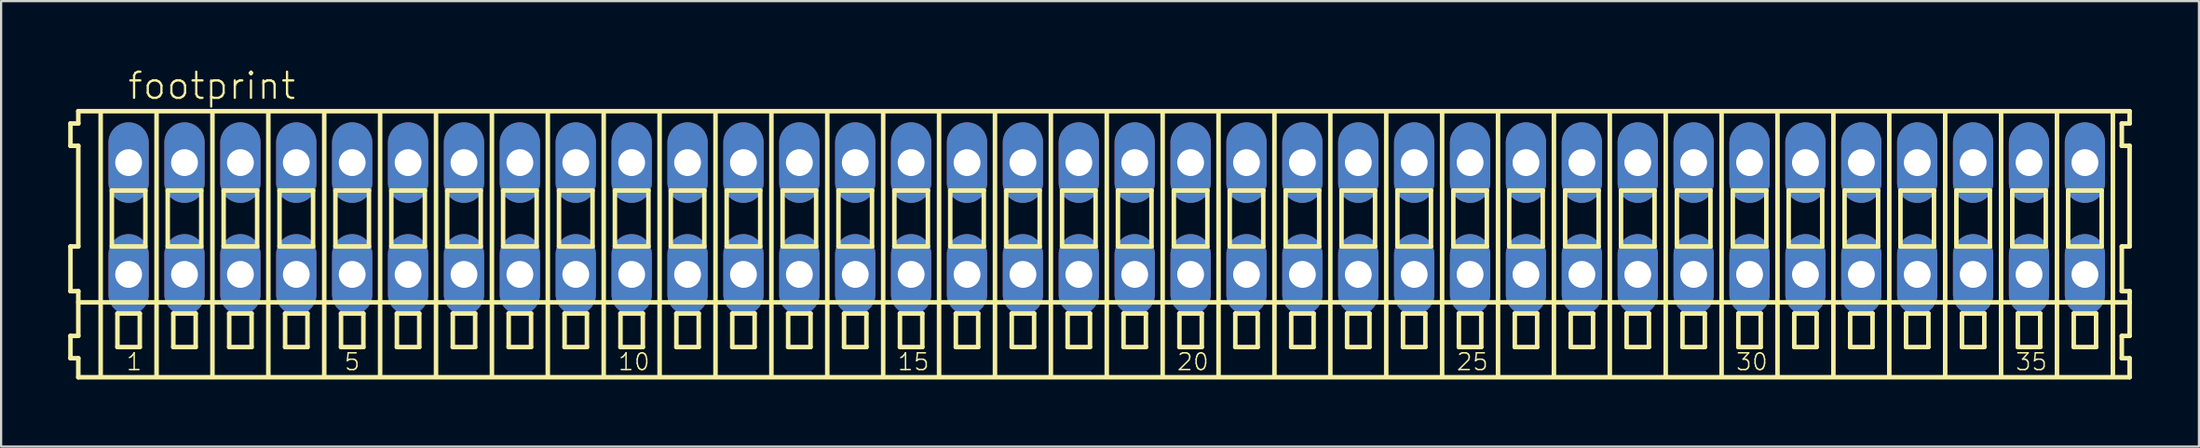
<source format=kicad_pcb>
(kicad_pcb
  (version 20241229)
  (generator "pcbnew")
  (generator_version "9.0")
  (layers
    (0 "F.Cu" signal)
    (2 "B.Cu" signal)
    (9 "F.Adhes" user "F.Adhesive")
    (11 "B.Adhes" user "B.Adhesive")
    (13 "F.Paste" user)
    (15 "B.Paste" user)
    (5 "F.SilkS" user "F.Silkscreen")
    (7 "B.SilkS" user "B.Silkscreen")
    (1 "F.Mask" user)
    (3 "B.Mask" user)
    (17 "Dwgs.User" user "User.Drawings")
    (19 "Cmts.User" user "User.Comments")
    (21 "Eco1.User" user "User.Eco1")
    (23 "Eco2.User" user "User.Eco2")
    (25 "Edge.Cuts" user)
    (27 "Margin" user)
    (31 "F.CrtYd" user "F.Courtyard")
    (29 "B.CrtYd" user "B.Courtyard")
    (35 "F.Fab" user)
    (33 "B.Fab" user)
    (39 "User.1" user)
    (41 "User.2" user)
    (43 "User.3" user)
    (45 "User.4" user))
  (footprint "footprint"
    (layer "F.Cu")
    (at 46.452 6.723)
    (property "Reference" "footprint" (at -43.85 -5.25 0) (layer "F.SilkS") (effects (font (size 1.168 1.168) (thickness 0.102)) (justify left bottom)))
    (fp_line (start -46.35 -4.25) (end -46.35 -3.25) (stroke (width 0.203) (type solid)) (layer "F.SilkS"))
    (fp_line (start -46.35 -3.25) (end -46 -3.25) (stroke (width 0.203) (type solid)) (layer "F.SilkS"))
    (fp_line (start -46.35 1.25) (end -46.35 3.25) (stroke (width 0.203) (type solid)) (layer "F.SilkS"))
    (fp_line (start -46.35 3.25) (end -46 3.25) (stroke (width 0.203) (type solid)) (layer "F.SilkS"))
    (fp_line (start -46.35 5.25) (end -46.35 6.25) (stroke (width 0.203) (type solid)) (layer "F.SilkS"))
    (fp_line (start -46.35 6.25) (end -46 6.25) (stroke (width 0.203) (type solid)) (layer "F.SilkS"))
    (fp_line (start -46 -4.8) (end -46 -4.25) (stroke (width 0.203) (type solid)) (layer "F.SilkS"))
    (fp_line (start -46 -4.25) (end -46.35 -4.25) (stroke (width 0.203) (type solid)) (layer "F.SilkS"))
    (fp_line (start -46 -3.25) (end -46 1.25) (stroke (width 0.203) (type solid)) (layer "F.SilkS"))
    (fp_line (start -46 1.25) (end -46.35 1.25) (stroke (width 0.203) (type solid)) (layer "F.SilkS"))
    (fp_line (start -46 3.25) (end -46 5.25) (stroke (width 0.203) (type solid)) (layer "F.SilkS"))
    (fp_line (start -46 3.75) (end 45.75 3.75) (stroke (width 0.203) (type solid)) (layer "F.SilkS"))
    (fp_line (start -46 5.25) (end -46.35 5.25) (stroke (width 0.203) (type solid)) (layer "F.SilkS"))
    (fp_line (start -46 6.25) (end -46 7.1) (stroke (width 0.203) (type solid)) (layer "F.SilkS"))
    (fp_line (start -46 7.1) (end 45.75 7.1) (stroke (width 0.203) (type solid)) (layer "F.SilkS"))
    (fp_line (start -45 -4.75) (end -45 7) (stroke (width 0.203) (type solid)) (layer "F.SilkS"))
    (fp_line (start -44.5 -1.25) (end -44.5 1.25) (stroke (width 0.203) (type solid)) (layer "F.SilkS"))
    (fp_line (start -44.5 1.25) (end -43 1.25) (stroke (width 0.203) (type solid)) (layer "F.SilkS"))
    (fp_line (start -44.25 4.25) (end -44.25 5.75) (stroke (width 0.203) (type solid)) (layer "F.SilkS"))
    (fp_line (start -44.25 5.75) (end -43.25 5.75) (stroke (width 0.203) (type solid)) (layer "F.SilkS"))
    (fp_line (start -43.25 4.25) (end -44.25 4.25) (stroke (width 0.203) (type solid)) (layer "F.SilkS"))
    (fp_line (start -43.25 5.75) (end -43.25 4.25) (stroke (width 0.203) (type solid)) (layer "F.SilkS"))
    (fp_line (start -43 -1.25) (end -44.5 -1.25) (stroke (width 0.203) (type solid)) (layer "F.SilkS"))
    (fp_line (start -43 1.25) (end -43 -1.25) (stroke (width 0.203) (type solid)) (layer "F.SilkS"))
    (fp_line (start -42.5 -4.75) (end -42.5 7) (stroke (width 0.203) (type solid)) (layer "F.SilkS"))
    (fp_line (start -42 -1.25) (end -42 1.25) (stroke (width 0.203) (type solid)) (layer "F.SilkS"))
    (fp_line (start -42 1.25) (end -40.5 1.25) (stroke (width 0.203) (type solid)) (layer "F.SilkS"))
    (fp_line (start -41.75 4.25) (end -41.75 5.75) (stroke (width 0.203) (type solid)) (layer "F.SilkS"))
    (fp_line (start -41.75 5.75) (end -40.75 5.75) (stroke (width 0.203) (type solid)) (layer "F.SilkS"))
    (fp_line (start -40.75 4.25) (end -41.75 4.25) (stroke (width 0.203) (type solid)) (layer "F.SilkS"))
    (fp_line (start -40.75 5.75) (end -40.75 4.25) (stroke (width 0.203) (type solid)) (layer "F.SilkS"))
    (fp_line (start -40.5 -1.25) (end -42 -1.25) (stroke (width 0.203) (type solid)) (layer "F.SilkS"))
    (fp_line (start -40.5 1.25) (end -40.5 -1.25) (stroke (width 0.203) (type solid)) (layer "F.SilkS"))
    (fp_line (start -40 -4.75) (end -40 7) (stroke (width 0.203) (type solid)) (layer "F.SilkS"))
    (fp_line (start -39.5 -1.25) (end -39.5 1.25) (stroke (width 0.203) (type solid)) (layer "F.SilkS"))
    (fp_line (start -39.5 1.25) (end -38 1.25) (stroke (width 0.203) (type solid)) (layer "F.SilkS"))
    (fp_line (start -39.25 4.25) (end -39.25 5.75) (stroke (width 0.203) (type solid)) (layer "F.SilkS"))
    (fp_line (start -39.25 5.75) (end -38.25 5.75) (stroke (width 0.203) (type solid)) (layer "F.SilkS"))
    (fp_line (start -38.25 4.25) (end -39.25 4.25) (stroke (width 0.203) (type solid)) (layer "F.SilkS"))
    (fp_line (start -38.25 5.75) (end -38.25 4.25) (stroke (width 0.203) (type solid)) (layer "F.SilkS"))
    (fp_line (start -38 -1.25) (end -39.5 -1.25) (stroke (width 0.203) (type solid)) (layer "F.SilkS"))
    (fp_line (start -38 1.25) (end -38 -1.25) (stroke (width 0.203) (type solid)) (layer "F.SilkS"))
    (fp_line (start -37.5 -4.75) (end -37.5 7) (stroke (width 0.203) (type solid)) (layer "F.SilkS"))
    (fp_line (start -37 -1.25) (end -37 1.25) (stroke (width 0.203) (type solid)) (layer "F.SilkS"))
    (fp_line (start -37 1.25) (end -35.5 1.25) (stroke (width 0.203) (type solid)) (layer "F.SilkS"))
    (fp_line (start -36.75 4.25) (end -36.75 5.75) (stroke (width 0.203) (type solid)) (layer "F.SilkS"))
    (fp_line (start -36.75 5.75) (end -35.75 5.75) (stroke (width 0.203) (type solid)) (layer "F.SilkS"))
    (fp_line (start -35.75 4.25) (end -36.75 4.25) (stroke (width 0.203) (type solid)) (layer "F.SilkS"))
    (fp_line (start -35.75 5.75) (end -35.75 4.25) (stroke (width 0.203) (type solid)) (layer "F.SilkS"))
    (fp_line (start -35.5 -1.25) (end -37 -1.25) (stroke (width 0.203) (type solid)) (layer "F.SilkS"))
    (fp_line (start -35.5 1.25) (end -35.5 -1.25) (stroke (width 0.203) (type solid)) (layer "F.SilkS"))
    (fp_line (start -35 -4.75) (end -35 7) (stroke (width 0.203) (type solid)) (layer "F.SilkS"))
    (fp_line (start -34.5 -1.25) (end -34.5 1.25) (stroke (width 0.203) (type solid)) (layer "F.SilkS"))
    (fp_line (start -34.5 1.25) (end -33 1.25) (stroke (width 0.203) (type solid)) (layer "F.SilkS"))
    (fp_line (start -34.25 4.25) (end -34.25 5.75) (stroke (width 0.203) (type solid)) (layer "F.SilkS"))
    (fp_line (start -34.25 5.75) (end -33.25 5.75) (stroke (width 0.203) (type solid)) (layer "F.SilkS"))
    (fp_line (start -33.25 4.25) (end -34.25 4.25) (stroke (width 0.203) (type solid)) (layer "F.SilkS"))
    (fp_line (start -33.25 5.75) (end -33.25 4.25) (stroke (width 0.203) (type solid)) (layer "F.SilkS"))
    (fp_line (start -33 -1.25) (end -34.5 -1.25) (stroke (width 0.203) (type solid)) (layer "F.SilkS"))
    (fp_line (start -33 1.25) (end -33 -1.25) (stroke (width 0.203) (type solid)) (layer "F.SilkS"))
    (fp_line (start -32.5 -4.75) (end -32.5 7) (stroke (width 0.203) (type solid)) (layer "F.SilkS"))
    (fp_line (start -32 -1.25) (end -32 1.25) (stroke (width 0.203) (type solid)) (layer "F.SilkS"))
    (fp_line (start -32 1.25) (end -30.5 1.25) (stroke (width 0.203) (type solid)) (layer "F.SilkS"))
    (fp_line (start -31.75 4.25) (end -31.75 5.75) (stroke (width 0.203) (type solid)) (layer "F.SilkS"))
    (fp_line (start -31.75 5.75) (end -30.75 5.75) (stroke (width 0.203) (type solid)) (layer "F.SilkS"))
    (fp_line (start -30.75 4.25) (end -31.75 4.25) (stroke (width 0.203) (type solid)) (layer "F.SilkS"))
    (fp_line (start -30.75 5.75) (end -30.75 4.25) (stroke (width 0.203) (type solid)) (layer "F.SilkS"))
    (fp_line (start -30.5 -1.25) (end -32 -1.25) (stroke (width 0.203) (type solid)) (layer "F.SilkS"))
    (fp_line (start -30.5 1.25) (end -30.5 -1.25) (stroke (width 0.203) (type solid)) (layer "F.SilkS"))
    (fp_line (start -30 -4.75) (end -30 7) (stroke (width 0.203) (type solid)) (layer "F.SilkS"))
    (fp_line (start -29.5 -1.25) (end -29.5 1.25) (stroke (width 0.203) (type solid)) (layer "F.SilkS"))
    (fp_line (start -29.5 1.25) (end -28 1.25) (stroke (width 0.203) (type solid)) (layer "F.SilkS"))
    (fp_line (start -29.25 4.25) (end -29.25 5.75) (stroke (width 0.203) (type solid)) (layer "F.SilkS"))
    (fp_line (start -29.25 5.75) (end -28.25 5.75) (stroke (width 0.203) (type solid)) (layer "F.SilkS"))
    (fp_line (start -28.25 4.25) (end -29.25 4.25) (stroke (width 0.203) (type solid)) (layer "F.SilkS"))
    (fp_line (start -28.25 5.75) (end -28.25 4.25) (stroke (width 0.203) (type solid)) (layer "F.SilkS"))
    (fp_line (start -28 -1.25) (end -29.5 -1.25) (stroke (width 0.203) (type solid)) (layer "F.SilkS"))
    (fp_line (start -28 1.25) (end -28 -1.25) (stroke (width 0.203) (type solid)) (layer "F.SilkS"))
    (fp_line (start -27.5 -4.75) (end -27.5 7) (stroke (width 0.203) (type solid)) (layer "F.SilkS"))
    (fp_line (start -27 -1.25) (end -27 1.25) (stroke (width 0.203) (type solid)) (layer "F.SilkS"))
    (fp_line (start -27 1.25) (end -25.5 1.25) (stroke (width 0.203) (type solid)) (layer "F.SilkS"))
    (fp_line (start -26.75 4.25) (end -26.75 5.75) (stroke (width 0.203) (type solid)) (layer "F.SilkS"))
    (fp_line (start -26.75 5.75) (end -25.75 5.75) (stroke (width 0.203) (type solid)) (layer "F.SilkS"))
    (fp_line (start -25.75 4.25) (end -26.75 4.25) (stroke (width 0.203) (type solid)) (layer "F.SilkS"))
    (fp_line (start -25.75 5.75) (end -25.75 4.25) (stroke (width 0.203) (type solid)) (layer "F.SilkS"))
    (fp_line (start -25.5 -1.25) (end -27 -1.25) (stroke (width 0.203) (type solid)) (layer "F.SilkS"))
    (fp_line (start -25.5 1.25) (end -25.5 -1.25) (stroke (width 0.203) (type solid)) (layer "F.SilkS"))
    (fp_line (start -25 -4.75) (end -25 7) (stroke (width 0.203) (type solid)) (layer "F.SilkS"))
    (fp_line (start -24.5 -1.25) (end -24.5 1.25) (stroke (width 0.203) (type solid)) (layer "F.SilkS"))
    (fp_line (start -24.5 1.25) (end -23 1.25) (stroke (width 0.203) (type solid)) (layer "F.SilkS"))
    (fp_line (start -24.25 4.25) (end -24.25 5.75) (stroke (width 0.203) (type solid)) (layer "F.SilkS"))
    (fp_line (start -24.25 5.75) (end -23.25 5.75) (stroke (width 0.203) (type solid)) (layer "F.SilkS"))
    (fp_line (start -23.25 4.25) (end -24.25 4.25) (stroke (width 0.203) (type solid)) (layer "F.SilkS"))
    (fp_line (start -23.25 5.75) (end -23.25 4.25) (stroke (width 0.203) (type solid)) (layer "F.SilkS"))
    (fp_line (start -23 -1.25) (end -24.5 -1.25) (stroke (width 0.203) (type solid)) (layer "F.SilkS"))
    (fp_line (start -23 1.25) (end -23 -1.25) (stroke (width 0.203) (type solid)) (layer "F.SilkS"))
    (fp_line (start -22.5 -4.75) (end -22.5 7) (stroke (width 0.203) (type solid)) (layer "F.SilkS"))
    (fp_line (start -22 -1.25) (end -22 1.25) (stroke (width 0.203) (type solid)) (layer "F.SilkS"))
    (fp_line (start -22 1.25) (end -20.5 1.25) (stroke (width 0.203) (type solid)) (layer "F.SilkS"))
    (fp_line (start -21.75 4.25) (end -21.75 5.75) (stroke (width 0.203) (type solid)) (layer "F.SilkS"))
    (fp_line (start -21.75 5.75) (end -20.75 5.75) (stroke (width 0.203) (type solid)) (layer "F.SilkS"))
    (fp_line (start -20.75 4.25) (end -21.75 4.25) (stroke (width 0.203) (type solid)) (layer "F.SilkS"))
    (fp_line (start -20.75 5.75) (end -20.75 4.25) (stroke (width 0.203) (type solid)) (layer "F.SilkS"))
    (fp_line (start -20.5 -1.25) (end -22 -1.25) (stroke (width 0.203) (type solid)) (layer "F.SilkS"))
    (fp_line (start -20.5 1.25) (end -20.5 -1.25) (stroke (width 0.203) (type solid)) (layer "F.SilkS"))
    (fp_line (start -20 -4.75) (end -20 7) (stroke (width 0.203) (type solid)) (layer "F.SilkS"))
    (fp_line (start -19.5 -1.25) (end -19.5 1.25) (stroke (width 0.203) (type solid)) (layer "F.SilkS"))
    (fp_line (start -19.5 1.25) (end -18 1.25) (stroke (width 0.203) (type solid)) (layer "F.SilkS"))
    (fp_line (start -19.25 4.25) (end -19.25 5.75) (stroke (width 0.203) (type solid)) (layer "F.SilkS"))
    (fp_line (start -19.25 5.75) (end -18.25 5.75) (stroke (width 0.203) (type solid)) (layer "F.SilkS"))
    (fp_line (start -18.25 4.25) (end -19.25 4.25) (stroke (width 0.203) (type solid)) (layer "F.SilkS"))
    (fp_line (start -18.25 5.75) (end -18.25 4.25) (stroke (width 0.203) (type solid)) (layer "F.SilkS"))
    (fp_line (start -18 -1.25) (end -19.5 -1.25) (stroke (width 0.203) (type solid)) (layer "F.SilkS"))
    (fp_line (start -18 1.25) (end -18 -1.25) (stroke (width 0.203) (type solid)) (layer "F.SilkS"))
    (fp_line (start -17.5 -4.75) (end -17.5 7) (stroke (width 0.203) (type solid)) (layer "F.SilkS"))
    (fp_line (start -17 -1.25) (end -17 1.25) (stroke (width 0.203) (type solid)) (layer "F.SilkS"))
    (fp_line (start -17 1.25) (end -15.5 1.25) (stroke (width 0.203) (type solid)) (layer "F.SilkS"))
    (fp_line (start -16.75 4.25) (end -16.75 5.75) (stroke (width 0.203) (type solid)) (layer "F.SilkS"))
    (fp_line (start -16.75 5.75) (end -15.75 5.75) (stroke (width 0.203) (type solid)) (layer "F.SilkS"))
    (fp_line (start -15.75 4.25) (end -16.75 4.25) (stroke (width 0.203) (type solid)) (layer "F.SilkS"))
    (fp_line (start -15.75 5.75) (end -15.75 4.25) (stroke (width 0.203) (type solid)) (layer "F.SilkS"))
    (fp_line (start -15.5 -1.25) (end -17 -1.25) (stroke (width 0.203) (type solid)) (layer "F.SilkS"))
    (fp_line (start -15.5 1.25) (end -15.5 -1.25) (stroke (width 0.203) (type solid)) (layer "F.SilkS"))
    (fp_line (start -15 -4.75) (end -15 7) (stroke (width 0.203) (type solid)) (layer "F.SilkS"))
    (fp_line (start -14.5 -1.25) (end -14.5 1.25) (stroke (width 0.203) (type solid)) (layer "F.SilkS"))
    (fp_line (start -14.5 1.25) (end -13 1.25) (stroke (width 0.203) (type solid)) (layer "F.SilkS"))
    (fp_line (start -14.25 4.25) (end -14.25 5.75) (stroke (width 0.203) (type solid)) (layer "F.SilkS"))
    (fp_line (start -14.25 5.75) (end -13.25 5.75) (stroke (width 0.203) (type solid)) (layer "F.SilkS"))
    (fp_line (start -13.25 4.25) (end -14.25 4.25) (stroke (width 0.203) (type solid)) (layer "F.SilkS"))
    (fp_line (start -13.25 5.75) (end -13.25 4.25) (stroke (width 0.203) (type solid)) (layer "F.SilkS"))
    (fp_line (start -13 -1.25) (end -14.5 -1.25) (stroke (width 0.203) (type solid)) (layer "F.SilkS"))
    (fp_line (start -13 1.25) (end -13 -1.25) (stroke (width 0.203) (type solid)) (layer "F.SilkS"))
    (fp_line (start -12.5 -4.75) (end -12.5 7) (stroke (width 0.203) (type solid)) (layer "F.SilkS"))
    (fp_line (start -12 -1.25) (end -12 1.25) (stroke (width 0.203) (type solid)) (layer "F.SilkS"))
    (fp_line (start -12 1.25) (end -10.5 1.25) (stroke (width 0.203) (type solid)) (layer "F.SilkS"))
    (fp_line (start -11.75 4.25) (end -11.75 5.75) (stroke (width 0.203) (type solid)) (layer "F.SilkS"))
    (fp_line (start -11.75 5.75) (end -10.75 5.75) (stroke (width 0.203) (type solid)) (layer "F.SilkS"))
    (fp_line (start -10.75 4.25) (end -11.75 4.25) (stroke (width 0.203) (type solid)) (layer "F.SilkS"))
    (fp_line (start -10.75 5.75) (end -10.75 4.25) (stroke (width 0.203) (type solid)) (layer "F.SilkS"))
    (fp_line (start -10.5 -1.25) (end -12 -1.25) (stroke (width 0.203) (type solid)) (layer "F.SilkS"))
    (fp_line (start -10.5 1.25) (end -10.5 -1.25) (stroke (width 0.203) (type solid)) (layer "F.SilkS"))
    (fp_line (start -10 -4.75) (end -10 7) (stroke (width 0.203) (type solid)) (layer "F.SilkS"))
    (fp_line (start -9.5 -1.25) (end -9.5 1.25) (stroke (width 0.203) (type solid)) (layer "F.SilkS"))
    (fp_line (start -9.5 1.25) (end -8 1.25) (stroke (width 0.203) (type solid)) (layer "F.SilkS"))
    (fp_line (start -9.25 4.25) (end -9.25 5.75) (stroke (width 0.203) (type solid)) (layer "F.SilkS"))
    (fp_line (start -9.25 5.75) (end -8.25 5.75) (stroke (width 0.203) (type solid)) (layer "F.SilkS"))
    (fp_line (start -8.25 4.25) (end -9.25 4.25) (stroke (width 0.203) (type solid)) (layer "F.SilkS"))
    (fp_line (start -8.25 5.75) (end -8.25 4.25) (stroke (width 0.203) (type solid)) (layer "F.SilkS"))
    (fp_line (start -8 -1.25) (end -9.5 -1.25) (stroke (width 0.203) (type solid)) (layer "F.SilkS"))
    (fp_line (start -8 1.25) (end -8 -1.25) (stroke (width 0.203) (type solid)) (layer "F.SilkS"))
    (fp_line (start -7.5 -4.75) (end -7.5 7) (stroke (width 0.203) (type solid)) (layer "F.SilkS"))
    (fp_line (start -7 -1.25) (end -7 1.25) (stroke (width 0.203) (type solid)) (layer "F.SilkS"))
    (fp_line (start -7 1.25) (end -5.5 1.25) (stroke (width 0.203) (type solid)) (layer "F.SilkS"))
    (fp_line (start -6.75 4.25) (end -6.75 5.75) (stroke (width 0.203) (type solid)) (layer "F.SilkS"))
    (fp_line (start -6.75 5.75) (end -5.75 5.75) (stroke (width 0.203) (type solid)) (layer "F.SilkS"))
    (fp_line (start -5.75 4.25) (end -6.75 4.25) (stroke (width 0.203) (type solid)) (layer "F.SilkS"))
    (fp_line (start -5.75 5.75) (end -5.75 4.25) (stroke (width 0.203) (type solid)) (layer "F.SilkS"))
    (fp_line (start -5.5 -1.25) (end -7 -1.25) (stroke (width 0.203) (type solid)) (layer "F.SilkS"))
    (fp_line (start -5.5 1.25) (end -5.5 -1.25) (stroke (width 0.203) (type solid)) (layer "F.SilkS"))
    (fp_line (start -5 -4.75) (end -5 7) (stroke (width 0.203) (type solid)) (layer "F.SilkS"))
    (fp_line (start -4.5 -1.25) (end -4.5 1.25) (stroke (width 0.203) (type solid)) (layer "F.SilkS"))
    (fp_line (start -4.5 1.25) (end -3 1.25) (stroke (width 0.203) (type solid)) (layer "F.SilkS"))
    (fp_line (start -4.25 4.25) (end -4.25 5.75) (stroke (width 0.203) (type solid)) (layer "F.SilkS"))
    (fp_line (start -4.25 5.75) (end -3.25 5.75) (stroke (width 0.203) (type solid)) (layer "F.SilkS"))
    (fp_line (start -3.25 4.25) (end -4.25 4.25) (stroke (width 0.203) (type solid)) (layer "F.SilkS"))
    (fp_line (start -3.25 5.75) (end -3.25 4.25) (stroke (width 0.203) (type solid)) (layer "F.SilkS"))
    (fp_line (start -3 -1.25) (end -4.5 -1.25) (stroke (width 0.203) (type solid)) (layer "F.SilkS"))
    (fp_line (start -3 1.25) (end -3 -1.25) (stroke (width 0.203) (type solid)) (layer "F.SilkS"))
    (fp_line (start -2.5 -4.75) (end -2.5 7) (stroke (width 0.203) (type solid)) (layer "F.SilkS"))
    (fp_line (start -2 -1.25) (end -2 1.25) (stroke (width 0.203) (type solid)) (layer "F.SilkS"))
    (fp_line (start -2 1.25) (end -0.5 1.25) (stroke (width 0.203) (type solid)) (layer "F.SilkS"))
    (fp_line (start -1.75 4.25) (end -1.75 5.75) (stroke (width 0.203) (type solid)) (layer "F.SilkS"))
    (fp_line (start -1.75 5.75) (end -0.75 5.75) (stroke (width 0.203) (type solid)) (layer "F.SilkS"))
    (fp_line (start -0.75 4.25) (end -1.75 4.25) (stroke (width 0.203) (type solid)) (layer "F.SilkS"))
    (fp_line (start -0.75 5.75) (end -0.75 4.25) (stroke (width 0.203) (type solid)) (layer "F.SilkS"))
    (fp_line (start -0.5 -1.25) (end -2 -1.25) (stroke (width 0.203) (type solid)) (layer "F.SilkS"))
    (fp_line (start -0.5 1.25) (end -0.5 -1.25) (stroke (width 0.203) (type solid)) (layer "F.SilkS"))
    (fp_line (start 0 -4.75) (end 0 7) (stroke (width 0.203) (type solid)) (layer "F.SilkS"))
    (fp_line (start 0.5 -1.25) (end 0.5 1.25) (stroke (width 0.203) (type solid)) (layer "F.SilkS"))
    (fp_line (start 0.5 1.25) (end 2 1.25) (stroke (width 0.203) (type solid)) (layer "F.SilkS"))
    (fp_line (start 0.75 4.25) (end 0.75 5.75) (stroke (width 0.203) (type solid)) (layer "F.SilkS"))
    (fp_line (start 0.75 5.75) (end 1.75 5.75) (stroke (width 0.203) (type solid)) (layer "F.SilkS"))
    (fp_line (start 1.75 4.25) (end 0.75 4.25) (stroke (width 0.203) (type solid)) (layer "F.SilkS"))
    (fp_line (start 1.75 5.75) (end 1.75 4.25) (stroke (width 0.203) (type solid)) (layer "F.SilkS"))
    (fp_line (start 2 -1.25) (end 0.5 -1.25) (stroke (width 0.203) (type solid)) (layer "F.SilkS"))
    (fp_line (start 2 1.25) (end 2 -1.25) (stroke (width 0.203) (type solid)) (layer "F.SilkS"))
    (fp_line (start 2.5 -4.75) (end 2.5 7) (stroke (width 0.203) (type solid)) (layer "F.SilkS"))
    (fp_line (start 3 -1.25) (end 3 1.25) (stroke (width 0.203) (type solid)) (layer "F.SilkS"))
    (fp_line (start 3 1.25) (end 4.5 1.25) (stroke (width 0.203) (type solid)) (layer "F.SilkS"))
    (fp_line (start 3.25 4.25) (end 3.25 5.75) (stroke (width 0.203) (type solid)) (layer "F.SilkS"))
    (fp_line (start 3.25 5.75) (end 4.25 5.75) (stroke (width 0.203) (type solid)) (layer "F.SilkS"))
    (fp_line (start 4.25 4.25) (end 3.25 4.25) (stroke (width 0.203) (type solid)) (layer "F.SilkS"))
    (fp_line (start 4.25 5.75) (end 4.25 4.25) (stroke (width 0.203) (type solid)) (layer "F.SilkS"))
    (fp_line (start 4.5 -1.25) (end 3 -1.25) (stroke (width 0.203) (type solid)) (layer "F.SilkS"))
    (fp_line (start 4.5 1.25) (end 4.5 -1.25) (stroke (width 0.203) (type solid)) (layer "F.SilkS"))
    (fp_line (start 5 -4.75) (end 5 7) (stroke (width 0.203) (type solid)) (layer "F.SilkS"))
    (fp_line (start 5.5 -1.25) (end 5.5 1.25) (stroke (width 0.203) (type solid)) (layer "F.SilkS"))
    (fp_line (start 5.5 1.25) (end 7 1.25) (stroke (width 0.203) (type solid)) (layer "F.SilkS"))
    (fp_line (start 5.75 4.25) (end 5.75 5.75) (stroke (width 0.203) (type solid)) (layer "F.SilkS"))
    (fp_line (start 5.75 5.75) (end 6.75 5.75) (stroke (width 0.203) (type solid)) (layer "F.SilkS"))
    (fp_line (start 6.75 4.25) (end 5.75 4.25) (stroke (width 0.203) (type solid)) (layer "F.SilkS"))
    (fp_line (start 6.75 5.75) (end 6.75 4.25) (stroke (width 0.203) (type solid)) (layer "F.SilkS"))
    (fp_line (start 7 -1.25) (end 5.5 -1.25) (stroke (width 0.203) (type solid)) (layer "F.SilkS"))
    (fp_line (start 7 1.25) (end 7 -1.25) (stroke (width 0.203) (type solid)) (layer "F.SilkS"))
    (fp_line (start 7.5 -4.75) (end 7.5 7) (stroke (width 0.203) (type solid)) (layer "F.SilkS"))
    (fp_line (start 8 -1.25) (end 8 1.25) (stroke (width 0.203) (type solid)) (layer "F.SilkS"))
    (fp_line (start 8 1.25) (end 9.5 1.25) (stroke (width 0.203) (type solid)) (layer "F.SilkS"))
    (fp_line (start 8.25 4.25) (end 8.25 5.75) (stroke (width 0.203) (type solid)) (layer "F.SilkS"))
    (fp_line (start 8.25 5.75) (end 9.25 5.75) (stroke (width 0.203) (type solid)) (layer "F.SilkS"))
    (fp_line (start 9.25 4.25) (end 8.25 4.25) (stroke (width 0.203) (type solid)) (layer "F.SilkS"))
    (fp_line (start 9.25 5.75) (end 9.25 4.25) (stroke (width 0.203) (type solid)) (layer "F.SilkS"))
    (fp_line (start 9.5 -1.25) (end 8 -1.25) (stroke (width 0.203) (type solid)) (layer "F.SilkS"))
    (fp_line (start 9.5 1.25) (end 9.5 -1.25) (stroke (width 0.203) (type solid)) (layer "F.SilkS"))
    (fp_line (start 10 -4.75) (end 10 7) (stroke (width 0.203) (type solid)) (layer "F.SilkS"))
    (fp_line (start 10.5 -1.25) (end 10.5 1.25) (stroke (width 0.203) (type solid)) (layer "F.SilkS"))
    (fp_line (start 10.5 1.25) (end 12 1.25) (stroke (width 0.203) (type solid)) (layer "F.SilkS"))
    (fp_line (start 10.75 4.25) (end 10.75 5.75) (stroke (width 0.203) (type solid)) (layer "F.SilkS"))
    (fp_line (start 10.75 5.75) (end 11.75 5.75) (stroke (width 0.203) (type solid)) (layer "F.SilkS"))
    (fp_line (start 11.75 4.25) (end 10.75 4.25) (stroke (width 0.203) (type solid)) (layer "F.SilkS"))
    (fp_line (start 11.75 5.75) (end 11.75 4.25) (stroke (width 0.203) (type solid)) (layer "F.SilkS"))
    (fp_line (start 12 -1.25) (end 10.5 -1.25) (stroke (width 0.203) (type solid)) (layer "F.SilkS"))
    (fp_line (start 12 1.25) (end 12 -1.25) (stroke (width 0.203) (type solid)) (layer "F.SilkS"))
    (fp_line (start 12.5 -4.75) (end 12.5 7) (stroke (width 0.203) (type solid)) (layer "F.SilkS"))
    (fp_line (start 13 -1.25) (end 13 1.25) (stroke (width 0.203) (type solid)) (layer "F.SilkS"))
    (fp_line (start 13 1.25) (end 14.5 1.25) (stroke (width 0.203) (type solid)) (layer "F.SilkS"))
    (fp_line (start 13.25 4.25) (end 13.25 5.75) (stroke (width 0.203) (type solid)) (layer "F.SilkS"))
    (fp_line (start 13.25 5.75) (end 14.25 5.75) (stroke (width 0.203) (type solid)) (layer "F.SilkS"))
    (fp_line (start 14.25 4.25) (end 13.25 4.25) (stroke (width 0.203) (type solid)) (layer "F.SilkS"))
    (fp_line (start 14.25 5.75) (end 14.25 4.25) (stroke (width 0.203) (type solid)) (layer "F.SilkS"))
    (fp_line (start 14.5 -1.25) (end 13 -1.25) (stroke (width 0.203) (type solid)) (layer "F.SilkS"))
    (fp_line (start 14.5 1.25) (end 14.5 -1.25) (stroke (width 0.203) (type solid)) (layer "F.SilkS"))
    (fp_line (start 15 -4.75) (end 15 7) (stroke (width 0.203) (type solid)) (layer "F.SilkS"))
    (fp_line (start 15.5 -1.25) (end 15.5 1.25) (stroke (width 0.203) (type solid)) (layer "F.SilkS"))
    (fp_line (start 15.5 1.25) (end 17 1.25) (stroke (width 0.203) (type solid)) (layer "F.SilkS"))
    (fp_line (start 15.75 4.25) (end 15.75 5.75) (stroke (width 0.203) (type solid)) (layer "F.SilkS"))
    (fp_line (start 15.75 5.75) (end 16.75 5.75) (stroke (width 0.203) (type solid)) (layer "F.SilkS"))
    (fp_line (start 16.75 4.25) (end 15.75 4.25) (stroke (width 0.203) (type solid)) (layer "F.SilkS"))
    (fp_line (start 16.75 5.75) (end 16.75 4.25) (stroke (width 0.203) (type solid)) (layer "F.SilkS"))
    (fp_line (start 17 -1.25) (end 15.5 -1.25) (stroke (width 0.203) (type solid)) (layer "F.SilkS"))
    (fp_line (start 17 1.25) (end 17 -1.25) (stroke (width 0.203) (type solid)) (layer "F.SilkS"))
    (fp_line (start 17.5 -4.75) (end 17.5 7) (stroke (width 0.203) (type solid)) (layer "F.SilkS"))
    (fp_line (start 18 -1.25) (end 18 1.25) (stroke (width 0.203) (type solid)) (layer "F.SilkS"))
    (fp_line (start 18 1.25) (end 19.5 1.25) (stroke (width 0.203) (type solid)) (layer "F.SilkS"))
    (fp_line (start 18.25 4.25) (end 18.25 5.75) (stroke (width 0.203) (type solid)) (layer "F.SilkS"))
    (fp_line (start 18.25 5.75) (end 19.25 5.75) (stroke (width 0.203) (type solid)) (layer "F.SilkS"))
    (fp_line (start 19.25 4.25) (end 18.25 4.25) (stroke (width 0.203) (type solid)) (layer "F.SilkS"))
    (fp_line (start 19.25 5.75) (end 19.25 4.25) (stroke (width 0.203) (type solid)) (layer "F.SilkS"))
    (fp_line (start 19.5 -1.25) (end 18 -1.25) (stroke (width 0.203) (type solid)) (layer "F.SilkS"))
    (fp_line (start 19.5 1.25) (end 19.5 -1.25) (stroke (width 0.203) (type solid)) (layer "F.SilkS"))
    (fp_line (start 20 -4.75) (end 20 7) (stroke (width 0.203) (type solid)) (layer "F.SilkS"))
    (fp_line (start 20.5 -1.25) (end 20.5 1.25) (stroke (width 0.203) (type solid)) (layer "F.SilkS"))
    (fp_line (start 20.5 1.25) (end 22 1.25) (stroke (width 0.203) (type solid)) (layer "F.SilkS"))
    (fp_line (start 20.75 4.25) (end 20.75 5.75) (stroke (width 0.203) (type solid)) (layer "F.SilkS"))
    (fp_line (start 20.75 5.75) (end 21.75 5.75) (stroke (width 0.203) (type solid)) (layer "F.SilkS"))
    (fp_line (start 21.75 4.25) (end 20.75 4.25) (stroke (width 0.203) (type solid)) (layer "F.SilkS"))
    (fp_line (start 21.75 5.75) (end 21.75 4.25) (stroke (width 0.203) (type solid)) (layer "F.SilkS"))
    (fp_line (start 22 -1.25) (end 20.5 -1.25) (stroke (width 0.203) (type solid)) (layer "F.SilkS"))
    (fp_line (start 22 1.25) (end 22 -1.25) (stroke (width 0.203) (type solid)) (layer "F.SilkS"))
    (fp_line (start 22.5 -4.75) (end 22.5 7) (stroke (width 0.203) (type solid)) (layer "F.SilkS"))
    (fp_line (start 23 -1.25) (end 23 1.25) (stroke (width 0.203) (type solid)) (layer "F.SilkS"))
    (fp_line (start 23 1.25) (end 24.5 1.25) (stroke (width 0.203) (type solid)) (layer "F.SilkS"))
    (fp_line (start 23.25 4.25) (end 23.25 5.75) (stroke (width 0.203) (type solid)) (layer "F.SilkS"))
    (fp_line (start 23.25 5.75) (end 24.25 5.75) (stroke (width 0.203) (type solid)) (layer "F.SilkS"))
    (fp_line (start 24.25 4.25) (end 23.25 4.25) (stroke (width 0.203) (type solid)) (layer "F.SilkS"))
    (fp_line (start 24.25 5.75) (end 24.25 4.25) (stroke (width 0.203) (type solid)) (layer "F.SilkS"))
    (fp_line (start 24.5 -1.25) (end 23 -1.25) (stroke (width 0.203) (type solid)) (layer "F.SilkS"))
    (fp_line (start 24.5 1.25) (end 24.5 -1.25) (stroke (width 0.203) (type solid)) (layer "F.SilkS"))
    (fp_line (start 25 -4.75) (end 25 7) (stroke (width 0.203) (type solid)) (layer "F.SilkS"))
    (fp_line (start 25.5 -1.25) (end 25.5 1.25) (stroke (width 0.203) (type solid)) (layer "F.SilkS"))
    (fp_line (start 25.5 1.25) (end 27 1.25) (stroke (width 0.203) (type solid)) (layer "F.SilkS"))
    (fp_line (start 25.75 4.25) (end 25.75 5.75) (stroke (width 0.203) (type solid)) (layer "F.SilkS"))
    (fp_line (start 25.75 5.75) (end 26.75 5.75) (stroke (width 0.203) (type solid)) (layer "F.SilkS"))
    (fp_line (start 26.75 4.25) (end 25.75 4.25) (stroke (width 0.203) (type solid)) (layer "F.SilkS"))
    (fp_line (start 26.75 5.75) (end 26.75 4.25) (stroke (width 0.203) (type solid)) (layer "F.SilkS"))
    (fp_line (start 27 -1.25) (end 25.5 -1.25) (stroke (width 0.203) (type solid)) (layer "F.SilkS"))
    (fp_line (start 27 1.25) (end 27 -1.25) (stroke (width 0.203) (type solid)) (layer "F.SilkS"))
    (fp_line (start 27.5 -4.75) (end 27.5 7) (stroke (width 0.203) (type solid)) (layer "F.SilkS"))
    (fp_line (start 28 -1.25) (end 28 1.25) (stroke (width 0.203) (type solid)) (layer "F.SilkS"))
    (fp_line (start 28 1.25) (end 29.5 1.25) (stroke (width 0.203) (type solid)) (layer "F.SilkS"))
    (fp_line (start 28.25 4.25) (end 28.25 5.75) (stroke (width 0.203) (type solid)) (layer "F.SilkS"))
    (fp_line (start 28.25 5.75) (end 29.25 5.75) (stroke (width 0.203) (type solid)) (layer "F.SilkS"))
    (fp_line (start 29.25 4.25) (end 28.25 4.25) (stroke (width 0.203) (type solid)) (layer "F.SilkS"))
    (fp_line (start 29.25 5.75) (end 29.25 4.25) (stroke (width 0.203) (type solid)) (layer "F.SilkS"))
    (fp_line (start 29.5 -1.25) (end 28 -1.25) (stroke (width 0.203) (type solid)) (layer "F.SilkS"))
    (fp_line (start 29.5 1.25) (end 29.5 -1.25) (stroke (width 0.203) (type solid)) (layer "F.SilkS"))
    (fp_line (start 30 -4.75) (end 30 7) (stroke (width 0.203) (type solid)) (layer "F.SilkS"))
    (fp_line (start 30.5 -1.25) (end 30.5 1.25) (stroke (width 0.203) (type solid)) (layer "F.SilkS"))
    (fp_line (start 30.5 1.25) (end 32 1.25) (stroke (width 0.203) (type solid)) (layer "F.SilkS"))
    (fp_line (start 30.75 4.25) (end 30.75 5.75) (stroke (width 0.203) (type solid)) (layer "F.SilkS"))
    (fp_line (start 30.75 5.75) (end 31.75 5.75) (stroke (width 0.203) (type solid)) (layer "F.SilkS"))
    (fp_line (start 31.75 4.25) (end 30.75 4.25) (stroke (width 0.203) (type solid)) (layer "F.SilkS"))
    (fp_line (start 31.75 5.75) (end 31.75 4.25) (stroke (width 0.203) (type solid)) (layer "F.SilkS"))
    (fp_line (start 32 -1.25) (end 30.5 -1.25) (stroke (width 0.203) (type solid)) (layer "F.SilkS"))
    (fp_line (start 32 1.25) (end 32 -1.25) (stroke (width 0.203) (type solid)) (layer "F.SilkS"))
    (fp_line (start 32.5 -4.75) (end 32.5 7) (stroke (width 0.203) (type solid)) (layer "F.SilkS"))
    (fp_line (start 33 -1.25) (end 33 1.25) (stroke (width 0.203) (type solid)) (layer "F.SilkS"))
    (fp_line (start 33 1.25) (end 34.5 1.25) (stroke (width 0.203) (type solid)) (layer "F.SilkS"))
    (fp_line (start 33.25 4.25) (end 33.25 5.75) (stroke (width 0.203) (type solid)) (layer "F.SilkS"))
    (fp_line (start 33.25 5.75) (end 34.25 5.75) (stroke (width 0.203) (type solid)) (layer "F.SilkS"))
    (fp_line (start 34.25 4.25) (end 33.25 4.25) (stroke (width 0.203) (type solid)) (layer "F.SilkS"))
    (fp_line (start 34.25 5.75) (end 34.25 4.25) (stroke (width 0.203) (type solid)) (layer "F.SilkS"))
    (fp_line (start 34.5 -1.25) (end 33 -1.25) (stroke (width 0.203) (type solid)) (layer "F.SilkS"))
    (fp_line (start 34.5 1.25) (end 34.5 -1.25) (stroke (width 0.203) (type solid)) (layer "F.SilkS"))
    (fp_line (start 35 -4.75) (end 35 7) (stroke (width 0.203) (type solid)) (layer "F.SilkS"))
    (fp_line (start 35.5 -1.25) (end 35.5 1.25) (stroke (width 0.203) (type solid)) (layer "F.SilkS"))
    (fp_line (start 35.5 1.25) (end 37 1.25) (stroke (width 0.203) (type solid)) (layer "F.SilkS"))
    (fp_line (start 35.75 4.25) (end 35.75 5.75) (stroke (width 0.203) (type solid)) (layer "F.SilkS"))
    (fp_line (start 35.75 5.75) (end 36.75 5.75) (stroke (width 0.203) (type solid)) (layer "F.SilkS"))
    (fp_line (start 36.75 4.25) (end 35.75 4.25) (stroke (width 0.203) (type solid)) (layer "F.SilkS"))
    (fp_line (start 36.75 5.75) (end 36.75 4.25) (stroke (width 0.203) (type solid)) (layer "F.SilkS"))
    (fp_line (start 37 -1.25) (end 35.5 -1.25) (stroke (width 0.203) (type solid)) (layer "F.SilkS"))
    (fp_line (start 37 1.25) (end 37 -1.25) (stroke (width 0.203) (type solid)) (layer "F.SilkS"))
    (fp_line (start 37.5 -4.75) (end 37.5 7) (stroke (width 0.203) (type solid)) (layer "F.SilkS"))
    (fp_line (start 38 -1.25) (end 38 1.25) (stroke (width 0.203) (type solid)) (layer "F.SilkS"))
    (fp_line (start 38 1.25) (end 39.5 1.25) (stroke (width 0.203) (type solid)) (layer "F.SilkS"))
    (fp_line (start 38.25 4.25) (end 38.25 5.75) (stroke (width 0.203) (type solid)) (layer "F.SilkS"))
    (fp_line (start 38.25 5.75) (end 39.25 5.75) (stroke (width 0.203) (type solid)) (layer "F.SilkS"))
    (fp_line (start 39.25 4.25) (end 38.25 4.25) (stroke (width 0.203) (type solid)) (layer "F.SilkS"))
    (fp_line (start 39.25 5.75) (end 39.25 4.25) (stroke (width 0.203) (type solid)) (layer "F.SilkS"))
    (fp_line (start 39.5 -1.25) (end 38 -1.25) (stroke (width 0.203) (type solid)) (layer "F.SilkS"))
    (fp_line (start 39.5 1.25) (end 39.5 -1.25) (stroke (width 0.203) (type solid)) (layer "F.SilkS"))
    (fp_line (start 40 -4.75) (end 40 7) (stroke (width 0.203) (type solid)) (layer "F.SilkS"))
    (fp_line (start 40.5 -1.25) (end 40.5 1.25) (stroke (width 0.203) (type solid)) (layer "F.SilkS"))
    (fp_line (start 40.5 1.25) (end 42 1.25) (stroke (width 0.203) (type solid)) (layer "F.SilkS"))
    (fp_line (start 40.75 4.25) (end 40.75 5.75) (stroke (width 0.203) (type solid)) (layer "F.SilkS"))
    (fp_line (start 40.75 5.75) (end 41.75 5.75) (stroke (width 0.203) (type solid)) (layer "F.SilkS"))
    (fp_line (start 41.75 4.25) (end 40.75 4.25) (stroke (width 0.203) (type solid)) (layer "F.SilkS"))
    (fp_line (start 41.75 5.75) (end 41.75 4.25) (stroke (width 0.203) (type solid)) (layer "F.SilkS"))
    (fp_line (start 42 -1.25) (end 40.5 -1.25) (stroke (width 0.203) (type solid)) (layer "F.SilkS"))
    (fp_line (start 42 1.25) (end 42 -1.25) (stroke (width 0.203) (type solid)) (layer "F.SilkS"))
    (fp_line (start 42.5 -4.75) (end 42.5 7) (stroke (width 0.203) (type solid)) (layer "F.SilkS"))
    (fp_line (start 43 -1.25) (end 43 1.25) (stroke (width 0.203) (type solid)) (layer "F.SilkS"))
    (fp_line (start 43 1.25) (end 44.5 1.25) (stroke (width 0.203) (type solid)) (layer "F.SilkS"))
    (fp_line (start 43.25 4.25) (end 43.25 5.75) (stroke (width 0.203) (type solid)) (layer "F.SilkS"))
    (fp_line (start 43.25 5.75) (end 44.25 5.75) (stroke (width 0.203) (type solid)) (layer "F.SilkS"))
    (fp_line (start 44.25 4.25) (end 43.25 4.25) (stroke (width 0.203) (type solid)) (layer "F.SilkS"))
    (fp_line (start 44.25 5.75) (end 44.25 4.25) (stroke (width 0.203) (type solid)) (layer "F.SilkS"))
    (fp_line (start 44.5 -1.25) (end 43 -1.25) (stroke (width 0.203) (type solid)) (layer "F.SilkS"))
    (fp_line (start 44.5 1.25) (end 44.5 -1.25) (stroke (width 0.203) (type solid)) (layer "F.SilkS"))
    (fp_line (start 45 -4.75) (end 45 7) (stroke (width 0.203) (type solid)) (layer "F.SilkS"))
    (fp_line (start 45.4 -4.25) (end 45.4 -3.25) (stroke (width 0.203) (type solid)) (layer "F.SilkS"))
    (fp_line (start 45.4 -3.25) (end 45.75 -3.25) (stroke (width 0.203) (type solid)) (layer "F.SilkS"))
    (fp_line (start 45.4 1.25) (end 45.4 3.25) (stroke (width 0.203) (type solid)) (layer "F.SilkS"))
    (fp_line (start 45.4 3.25) (end 45.75 3.25) (stroke (width 0.203) (type solid)) (layer "F.SilkS"))
    (fp_line (start 45.4 5.25) (end 45.4 6.25) (stroke (width 0.203) (type solid)) (layer "F.SilkS"))
    (fp_line (start 45.4 6.25) (end 45.75 6.25) (stroke (width 0.203) (type solid)) (layer "F.SilkS"))
    (fp_line (start 45.75 -4.8) (end -46 -4.8) (stroke (width 0.203) (type solid)) (layer "F.SilkS"))
    (fp_line (start 45.75 -4.25) (end 45.4 -4.25) (stroke (width 0.203) (type solid)) (layer "F.SilkS"))
    (fp_line (start 45.75 -4.25) (end 45.75 -4.8) (stroke (width 0.203) (type solid)) (layer "F.SilkS"))
    (fp_line (start 45.75 1.25) (end 45.4 1.25) (stroke (width 0.203) (type solid)) (layer "F.SilkS"))
    (fp_line (start 45.75 1.25) (end 45.75 -3.25) (stroke (width 0.203) (type solid)) (layer "F.SilkS"))
    (fp_line (start 45.75 3.75) (end 45.75 3.25) (stroke (width 0.203) (type solid)) (layer "F.SilkS"))
    (fp_line (start 45.75 5.25) (end 45.4 5.25) (stroke (width 0.203) (type solid)) (layer "F.SilkS"))
    (fp_line (start 45.75 5.25) (end 45.75 3.75) (stroke (width 0.203) (type solid)) (layer "F.SilkS"))
    (fp_line (start 45.75 7.1) (end 45.75 6.25) (stroke (width 0.203) (type solid)) (layer "F.SilkS"))
    (fp_text user "25" (at 15.6 6.85 0) (layer "F.SilkS") (effects (font (size 0.748 0.748) (thickness 0.065)) (justify left bottom)))
    (fp_text user "30" (at 28.1 6.85 0) (layer "F.SilkS") (effects (font (size 0.748 0.748) (thickness 0.065)) (justify left bottom)))
    (fp_text user "10" (at -21.9 6.85 0) (layer "F.SilkS") (effects (font (size 0.748 0.748) (thickness 0.065)) (justify left bottom)))
    (fp_text user "15" (at -9.4 6.85 0) (layer "F.SilkS") (effects (font (size 0.748 0.748) (thickness 0.065)) (justify left bottom)))
    (fp_text user "20" (at 3.1 6.85 0) (layer "F.SilkS") (effects (font (size 0.748 0.748) (thickness 0.065)) (justify left bottom)))
    (fp_text user "5" (at -34.15 6.85 0) (layer "F.SilkS") (effects (font (size 0.748 0.748) (thickness 0.065)) (justify left bottom)))
    (fp_text user "1" (at -43.9 6.85 0) (layer "F.SilkS") (effects (font (size 0.748 0.748) (thickness 0.065)) (justify left bottom)))
    (fp_text user "35" (at 40.6 6.85 0) (layer "F.SilkS") (effects (font (size 0.748 0.748) (thickness 0.065)) (justify left bottom)))
    (pad "A1" thru_hole oval (at -43.75 -2.5 90) (size 3.6 1.8) (drill 1.2) (layers "*.Cu" "*.Mask"))
    (pad "A2" thru_hole oval (at -41.25 -2.5 90) (size 3.6 1.8) (drill 1.2) (layers "*.Cu" "*.Mask"))
    (pad "A3" thru_hole oval (at -38.75 -2.5 90) (size 3.6 1.8) (drill 1.2) (layers "*.Cu" "*.Mask"))
    (pad "A4" thru_hole oval (at -36.25 -2.5 90) (size 3.6 1.8) (drill 1.2) (layers "*.Cu" "*.Mask"))
    (pad "A5" thru_hole oval (at -33.75 -2.5 90) (size 3.6 1.8) (drill 1.2) (layers "*.Cu" "*.Mask"))
    (pad "A6" thru_hole oval (at -31.25 -2.5 90) (size 3.6 1.8) (drill 1.2) (layers "*.Cu" "*.Mask"))
    (pad "A7" thru_hole oval (at -28.75 -2.5 90) (size 3.6 1.8) (drill 1.2) (layers "*.Cu" "*.Mask"))
    (pad "A8" thru_hole oval (at -26.25 -2.5 90) (size 3.6 1.8) (drill 1.2) (layers "*.Cu" "*.Mask"))
    (pad "A9" thru_hole oval (at -23.75 -2.5 90) (size 3.6 1.8) (drill 1.2) (layers "*.Cu" "*.Mask"))
    (pad "A10" thru_hole oval (at -21.25 -2.5 90) (size 3.6 1.8) (drill 1.2) (layers "*.Cu" "*.Mask"))
    (pad "A11" thru_hole oval (at -18.75 -2.5 90) (size 3.6 1.8) (drill 1.2) (layers "*.Cu" "*.Mask"))
    (pad "A12" thru_hole oval (at -16.25 -2.5 90) (size 3.6 1.8) (drill 1.2) (layers "*.Cu" "*.Mask"))
    (pad "A13" thru_hole oval (at -13.75 -2.5 90) (size 3.6 1.8) (drill 1.2) (layers "*.Cu" "*.Mask"))
    (pad "A14" thru_hole oval (at -11.25 -2.5 90) (size 3.6 1.8) (drill 1.2) (layers "*.Cu" "*.Mask"))
    (pad "A15" thru_hole oval (at -8.75 -2.5 90) (size 3.6 1.8) (drill 1.2) (layers "*.Cu" "*.Mask"))
    (pad "A16" thru_hole oval (at -6.25 -2.5 90) (size 3.6 1.8) (drill 1.2) (layers "*.Cu" "*.Mask"))
    (pad "A17" thru_hole oval (at -3.75 -2.5 90) (size 3.6 1.8) (drill 1.2) (layers "*.Cu" "*.Mask"))
    (pad "A18" thru_hole oval (at -1.25 -2.5 90) (size 3.6 1.8) (drill 1.2) (layers "*.Cu" "*.Mask"))
    (pad "A19" thru_hole oval (at 1.25 -2.5 90) (size 3.6 1.8) (drill 1.2) (layers "*.Cu" "*.Mask"))
    (pad "A20" thru_hole oval (at 3.75 -2.5 90) (size 3.6 1.8) (drill 1.2) (layers "*.Cu" "*.Mask"))
    (pad "A21" thru_hole oval (at 6.25 -2.5 90) (size 3.6 1.8) (drill 1.2) (layers "*.Cu" "*.Mask"))
    (pad "A22" thru_hole oval (at 8.75 -2.5 90) (size 3.6 1.8) (drill 1.2) (layers "*.Cu" "*.Mask"))
    (pad "A23" thru_hole oval (at 11.25 -2.5 90) (size 3.6 1.8) (drill 1.2) (layers "*.Cu" "*.Mask"))
    (pad "A24" thru_hole oval (at 13.75 -2.5 90) (size 3.6 1.8) (drill 1.2) (layers "*.Cu" "*.Mask"))
    (pad "A25" thru_hole oval (at 16.25 -2.5 90) (size 3.6 1.8) (drill 1.2) (layers "*.Cu" "*.Mask"))
    (pad "A26" thru_hole oval (at 18.75 -2.5 90) (size 3.6 1.8) (drill 1.2) (layers "*.Cu" "*.Mask"))
    (pad "A27" thru_hole oval (at 21.25 -2.5 90) (size 3.6 1.8) (drill 1.2) (layers "*.Cu" "*.Mask"))
    (pad "A28" thru_hole oval (at 23.75 -2.5 90) (size 3.6 1.8) (drill 1.2) (layers "*.Cu" "*.Mask"))
    (pad "A29" thru_hole oval (at 26.25 -2.5 90) (size 3.6 1.8) (drill 1.2) (layers "*.Cu" "*.Mask"))
    (pad "A30" thru_hole oval (at 28.75 -2.5 90) (size 3.6 1.8) (drill 1.2) (layers "*.Cu" "*.Mask"))
    (pad "A31" thru_hole oval (at 31.25 -2.5 90) (size 3.6 1.8) (drill 1.2) (layers "*.Cu" "*.Mask"))
    (pad "A32" thru_hole oval (at 33.75 -2.5 90) (size 3.6 1.8) (drill 1.2) (layers "*.Cu" "*.Mask"))
    (pad "A33" thru_hole oval (at 36.25 -2.5 90) (size 3.6 1.8) (drill 1.2) (layers "*.Cu" "*.Mask"))
    (pad "A34" thru_hole oval (at 38.75 -2.5 90) (size 3.6 1.8) (drill 1.2) (layers "*.Cu" "*.Mask"))
    (pad "A35" thru_hole oval (at 41.25 -2.5 90) (size 3.6 1.8) (drill 1.2) (layers "*.Cu" "*.Mask"))
    (pad "A36" thru_hole oval (at 43.75 -2.5 90) (size 3.6 1.8) (drill 1.2) (layers "*.Cu" "*.Mask"))
    (pad "B1" thru_hole oval (at -43.75 2.5 90) (size 3.6 1.8) (drill 1.2) (layers "*.Cu" "*.Mask"))
    (pad "B2" thru_hole oval (at -41.25 2.5 90) (size 3.6 1.8) (drill 1.2) (layers "*.Cu" "*.Mask"))
    (pad "B3" thru_hole oval (at -38.75 2.5 90) (size 3.6 1.8) (drill 1.2) (layers "*.Cu" "*.Mask"))
    (pad "B4" thru_hole oval (at -36.25 2.5 90) (size 3.6 1.8) (drill 1.2) (layers "*.Cu" "*.Mask"))
    (pad "B5" thru_hole oval (at -33.75 2.5 90) (size 3.6 1.8) (drill 1.2) (layers "*.Cu" "*.Mask"))
    (pad "B6" thru_hole oval (at -31.25 2.5 90) (size 3.6 1.8) (drill 1.2) (layers "*.Cu" "*.Mask"))
    (pad "B7" thru_hole oval (at -28.75 2.5 90) (size 3.6 1.8) (drill 1.2) (layers "*.Cu" "*.Mask"))
    (pad "B8" thru_hole oval (at -26.25 2.5 90) (size 3.6 1.8) (drill 1.2) (layers "*.Cu" "*.Mask"))
    (pad "B9" thru_hole oval (at -23.75 2.5 90) (size 3.6 1.8) (drill 1.2) (layers "*.Cu" "*.Mask"))
    (pad "B10" thru_hole oval (at -21.25 2.5 90) (size 3.6 1.8) (drill 1.2) (layers "*.Cu" "*.Mask"))
    (pad "B11" thru_hole oval (at -18.75 2.5 90) (size 3.6 1.8) (drill 1.2) (layers "*.Cu" "*.Mask"))
    (pad "B12" thru_hole oval (at -16.25 2.5 90) (size 3.6 1.8) (drill 1.2) (layers "*.Cu" "*.Mask"))
    (pad "B13" thru_hole oval (at -13.75 2.5 90) (size 3.6 1.8) (drill 1.2) (layers "*.Cu" "*.Mask"))
    (pad "B14" thru_hole oval (at -11.25 2.5 90) (size 3.6 1.8) (drill 1.2) (layers "*.Cu" "*.Mask"))
    (pad "B15" thru_hole oval (at -8.75 2.5 90) (size 3.6 1.8) (drill 1.2) (layers "*.Cu" "*.Mask"))
    (pad "B16" thru_hole oval (at -6.25 2.5 90) (size 3.6 1.8) (drill 1.2) (layers "*.Cu" "*.Mask"))
    (pad "B17" thru_hole oval (at -3.75 2.5 90) (size 3.6 1.8) (drill 1.2) (layers "*.Cu" "*.Mask"))
    (pad "B18" thru_hole oval (at -1.25 2.5 90) (size 3.6 1.8) (drill 1.2) (layers "*.Cu" "*.Mask"))
    (pad "B19" thru_hole oval (at 1.25 2.5 90) (size 3.6 1.8) (drill 1.2) (layers "*.Cu" "*.Mask"))
    (pad "B20" thru_hole oval (at 3.75 2.5 90) (size 3.6 1.8) (drill 1.2) (layers "*.Cu" "*.Mask"))
    (pad "B21" thru_hole oval (at 6.25 2.5 90) (size 3.6 1.8) (drill 1.2) (layers "*.Cu" "*.Mask"))
    (pad "B22" thru_hole oval (at 8.75 2.5 90) (size 3.6 1.8) (drill 1.2) (layers "*.Cu" "*.Mask"))
    (pad "B23" thru_hole oval (at 11.25 2.5 90) (size 3.6 1.8) (drill 1.2) (layers "*.Cu" "*.Mask"))
    (pad "B24" thru_hole oval (at 13.75 2.5 90) (size 3.6 1.8) (drill 1.2) (layers "*.Cu" "*.Mask"))
    (pad "B25" thru_hole oval (at 16.25 2.5 90) (size 3.6 1.8) (drill 1.2) (layers "*.Cu" "*.Mask"))
    (pad "B26" thru_hole oval (at 18.75 2.5 90) (size 3.6 1.8) (drill 1.2) (layers "*.Cu" "*.Mask"))
    (pad "B27" thru_hole oval (at 21.25 2.5 90) (size 3.6 1.8) (drill 1.2) (layers "*.Cu" "*.Mask"))
    (pad "B28" thru_hole oval (at 23.75 2.5 90) (size 3.6 1.8) (drill 1.2) (layers "*.Cu" "*.Mask"))
    (pad "B29" thru_hole oval (at 26.25 2.5 90) (size 3.6 1.8) (drill 1.2) (layers "*.Cu" "*.Mask"))
    (pad "B30" thru_hole oval (at 28.75 2.5 90) (size 3.6 1.8) (drill 1.2) (layers "*.Cu" "*.Mask"))
    (pad "B31" thru_hole oval (at 31.25 2.5 90) (size 3.6 1.8) (drill 1.2) (layers "*.Cu" "*.Mask"))
    (pad "B32" thru_hole oval (at 33.75 2.5 90) (size 3.6 1.8) (drill 1.2) (layers "*.Cu" "*.Mask"))
    (pad "B33" thru_hole oval (at 36.25 2.5 90) (size 3.6 1.8) (drill 1.2) (layers "*.Cu" "*.Mask"))
    (pad "B34" thru_hole oval (at 38.75 2.5 90) (size 3.6 1.8) (drill 1.2) (layers "*.Cu" "*.Mask"))
    (pad "B35" thru_hole oval (at 41.25 2.5 90) (size 3.6 1.8) (drill 1.2) (layers "*.Cu" "*.Mask"))
    (pad "B36" thru_hole oval (at 43.75 2.5 90) (size 3.6 1.8) (drill 1.2) (layers "*.Cu" "*.Mask")))
  (gr_rect
    (start -3 -3)
    (end 95.303 16.925)
    (stroke (width 0.1) (type default))
    (fill no)
    (layer "Edge.Cuts")))
</source>
